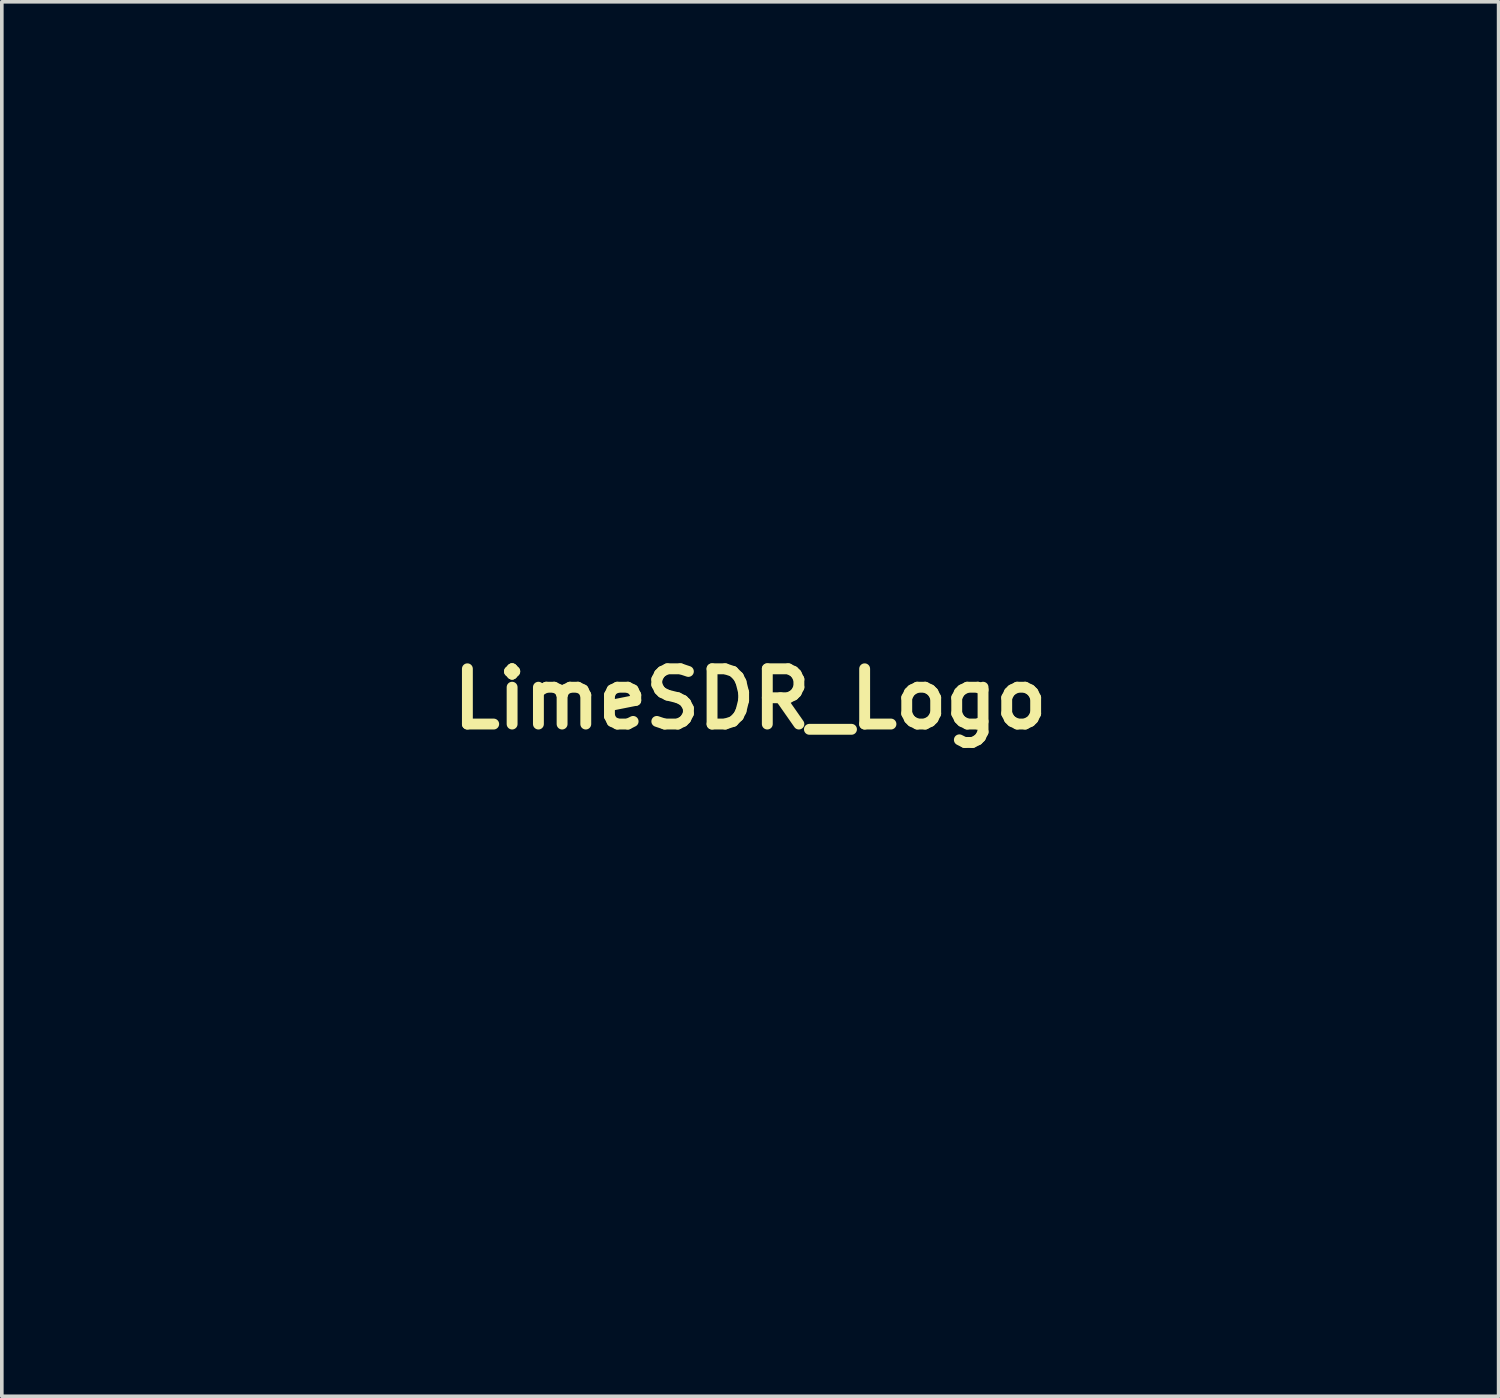
<source format=kicad_pcb>
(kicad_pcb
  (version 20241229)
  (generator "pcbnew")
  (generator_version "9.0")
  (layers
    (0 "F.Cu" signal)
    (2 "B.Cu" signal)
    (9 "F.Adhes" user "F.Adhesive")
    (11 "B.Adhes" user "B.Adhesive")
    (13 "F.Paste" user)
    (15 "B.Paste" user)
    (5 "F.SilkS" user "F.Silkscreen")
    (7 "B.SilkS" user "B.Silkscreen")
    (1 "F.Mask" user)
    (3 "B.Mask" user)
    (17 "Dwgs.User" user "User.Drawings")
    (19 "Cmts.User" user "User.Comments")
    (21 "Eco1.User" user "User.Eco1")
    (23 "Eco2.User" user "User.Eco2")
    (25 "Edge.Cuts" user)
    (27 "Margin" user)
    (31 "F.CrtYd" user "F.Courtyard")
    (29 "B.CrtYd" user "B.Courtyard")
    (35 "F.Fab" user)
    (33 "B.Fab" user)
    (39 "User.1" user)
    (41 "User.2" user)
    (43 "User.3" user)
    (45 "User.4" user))
  (footprint "LimeSDR_Logo"
    (layer "F.Cu")
    (at 17.644 16.233)
    (property "Reference" "LimeSDR_Logo" (at 0 0 0) (layer "F.SilkS") (effects (font (size 1.524 1.524) (thickness 0.3))))
    (attr through_hole)
    (fp_poly (pts (xy -0.557 12.817) (xy -0.036 13.18) (xy -0.137 13.528) (xy -0.783 13.74) (xy -1.134 13.758) (xy -1.874 13.726) (xy -2.012 13.556) (xy -1.69 13.181) (xy -1.019 12.808) (xy -0.557 12.817)) (stroke (width 0.01) (type solid)) (fill yes) (layer "F.Mask"))
    (fp_poly (pts (xy 15.756 11.83) (xy 16.102 12.175) (xy 16.06 12.902) (xy 15.536 13.513) (xy 14.773 13.758) (xy 14.283 13.57) (xy 14.115 12.899) (xy 14.111 12.7) (xy 14.205 11.944) (xy 14.609 11.668) (xy 15.004 11.642) (xy 15.756 11.83)) (stroke (width 0.01) (type solid)) (fill yes) (layer "F.Mask"))
    (fp_poly (pts (xy 9.545 11.76) (xy 10.292 12.432) (xy 10.568 13.321) (xy 10.409 14.214) (xy 9.852 14.901) (xy 8.953 15.169) (xy 8.452 15.105) (xy 8.203 14.791) (xy 8.12 14.046) (xy 8.114 13.426) (xy 8.173 12.206) (xy 8.402 11.594) (xy 8.881 11.499) (xy 9.545 11.76)) (stroke (width 0.01) (type solid)) (fill yes) (layer "F.Mask"))
    (fp_poly (pts (xy 17.639 16.228) (xy -17.639 16.228) (xy -17.639 12.848) (xy -17.286 12.848) (xy -17.242 14.324) (xy -17.062 15.23) (xy -16.676 15.7) (xy -16.011 15.865) (xy -15.661 15.875) (xy -14.86 15.796) (xy -14.471 15.604) (xy -14.464 15.571) (xy -14.762 15.376) (xy -15.346 15.363) (xy -15.822 15.379) (xy -16.086 15.192) (xy -16.2 14.649) (xy -16.225 13.7) (xy -13.053 13.7) (xy -13.008 14.745) (xy -12.893 15.472) (xy -12.818 15.64) (xy -12.384 15.87) (xy -12.118 15.49) (xy -12.003 14.466) (xy -11.994 13.935) (xy -10.583 13.935) (xy -10.536 15.105) (xy -10.369 15.707) (xy -10.054 15.875) (xy -9.664 15.61) (xy -9.526 14.761) (xy -9.525 14.629) (xy -9.362 13.599) (xy -8.972 13.171) (xy -8.263 13.2) (xy -7.768 13.802) (xy -7.6 14.699) (xy -7.451 15.545) (xy -7.141 15.775) (xy -6.818 15.41) (xy -6.637 14.574) (xy -6.484 13.665) (xy -6.156 13.281) (xy -5.821 13.229) (xy -5.287 13.422) (xy -4.996 14.106) (xy -4.939 14.436) (xy -4.671 15.438) (xy -4.33 15.804) (xy -4.029 15.53) (xy -3.882 14.613) (xy -3.881 14.468) (xy -3.988 13.751) (xy -3.055 13.751) (xy -3.036 14.232) (xy -2.869 14.962) (xy -2.827 15.278) (xy -2.601 15.406) (xy -2.469 15.346) (xy -2.144 15.365) (xy -2.117 15.487) (xy -1.806 15.7) (xy -1.037 15.779) (xy -0.794 15.772) (xy 0.007 15.647) (xy 0.361 15.428) (xy 0.353 15.359) (xy -0.088 15.143) (xy -0.794 15.121) (xy -1.544 15.067) (xy -1.724 14.74) (xy 1.792 14.74) (xy 1.862 15.269) (xy 1.877 15.309) (xy 2.328 15.628) (xy 3.202 15.797) (xy 4.231 15.806) (xy 5.145 15.645) (xy 5.556 15.441) (xy 5.948 14.757) (xy 5.822 13.977) (xy 5.281 13.347) (xy 4.586 13.11) (xy 3.791 12.858) (xy 3.254 12.358) (xy 3.175 12.087) (xy 3.337 11.741) (xy 3.93 11.686) (xy 4.41 11.75) (xy 5.295 11.808) (xy 5.633 11.58) (xy 5.644 11.484) (xy 5.355 11.023) (xy 5.058 10.936) (xy 7.056 10.936) (xy 7.056 13.17) (xy 7.084 14.36) (xy 7.158 15.242) (xy 7.249 15.598) (xy 7.831 15.795) (xy 8.8 15.819) (xy 9.865 15.695) (xy 10.734 15.446) (xy 11.011 15.278) (xy 11.417 14.735) (xy 11.436 14.417) (xy 11.507 14.129) (xy 11.621 14.111) (xy 11.924 13.816) (xy 11.994 13.406) (xy 11.822 12.833) (xy 11.583 12.7) (xy 11.348 12.556) (xy 11.407 12.464) (xy 11.382 12.061) (xy 11.059 11.582) (xy 10.309 11.118) (xy 9.082 10.941) (xy 8.765 10.936) (xy 12.7 10.936) (xy 12.7 13.406) (xy 12.728 14.732) (xy 12.832 15.492) (xy 13.045 15.824) (xy 13.262 15.875) (xy 13.797 15.579) (xy 14.009 15.169) (xy 14.358 14.596) (xy 14.669 14.464) (xy 15.197 14.743) (xy 15.522 15.169) (xy 16.113 15.735) (xy 16.613 15.875) (xy 17.093 15.817) (xy 17.059 15.517) (xy 16.799 15.122) (xy 16.462 14.501) (xy 16.6 14.058) (xy 16.779 13.862) (xy 17.214 13.021) (xy 17.216 12.038) (xy 16.863 11.359) (xy 16.288 11.119) (xy 15.28 10.965) (xy 14.57 10.936) (xy 12.7 10.936) (xy 8.765 10.936) (xy 7.056 10.936) (xy 5.058 10.936) (xy 4.634 10.812) (xy 3.702 10.832) (xy 2.782 11.065) (xy 2.095 11.494) (xy 1.904 11.785) (xy 1.998 12.383) (xy 2.499 13.067) (xy 3.188 13.601) (xy 3.715 13.758) (xy 4.248 14.017) (xy 4.55 14.569) (xy 4.44 15.08) (xy 4.44 15.081) (xy 3.985 15.127) (xy 3.188 14.928) (xy 3.097 14.895) (xy 2.179 14.624) (xy 1.792 14.74) (xy -1.724 14.74) (xy -1.764 14.667) (xy -1.56 14.287) (xy -0.858 14.126) (xy -0.353 14.111) (xy 0.531 14.05) (xy 1.022 13.898) (xy 1.058 13.837) (xy 0.82 13.229) (xy 2.117 13.229) (xy 2.293 13.406) (xy 2.469 13.229) (xy 2.293 13.053) (xy 2.117 13.229) (xy 0.82 13.229) (xy 0.769 13.1) (xy 0.086 12.405) (xy -0.713 12.014) (xy -0.902 11.994) (xy -1.871 12.258) (xy -2.654 12.913) (xy -3.055 13.751) (xy -3.988 13.751) (xy -4.066 13.23) (xy -4.551 12.367) (xy -5.225 11.979) (xy -5.978 12.161) (xy -6.238 12.376) (xy -6.767 12.554) (xy -7.367 12.291) (xy -8.093 12.005) (xy -8.787 12.246) (xy -8.819 12.265) (xy -9.37 12.488) (xy -9.525 12.35) (xy -9.811 12.035) (xy -10.054 11.994) (xy -10.373 12.169) (xy -10.538 12.78) (xy -10.583 13.935) (xy -11.994 13.935) (xy -12.042 12.765) (xy -12.209 12.162) (xy -12.524 11.994) (xy -12.861 12.189) (xy -13.023 12.859) (xy -13.053 13.7) (xy -16.225 13.7) (xy -16.227 13.595) (xy -16.228 13.198) (xy -16.264 11.922) (xy -16.393 11.216) (xy -16.646 10.95) (xy -16.757 10.936) (xy -17.078 11.112) (xy -17.242 11.73) (xy -17.286 12.848) (xy -17.639 12.848) (xy -17.639 10.76) (xy -13.053 10.76) (xy -12.77 11.227) (xy -12.524 11.289) (xy -12.056 11.007) (xy -11.994 10.76) (xy -12.277 10.292) (xy -12.524 10.231) (xy -12.991 10.513) (xy -13.053 10.76) (xy -17.639 10.76) (xy -17.639 8.29) (xy -12.347 8.29) (xy -12.171 8.467) (xy -11.994 8.29) (xy -12.171 8.114) (xy -12.347 8.29) (xy -17.639 8.29) (xy -17.639 6.562) (xy -12.661 6.562) (xy -12.637 7.332) (xy -12.3 7.742) (xy -12.171 7.761) (xy -11.702 7.56) (xy -11.642 7.388) (xy -11.426 7.177) (xy -11.289 7.232) (xy -10.962 7.238) (xy -10.936 7.135) (xy -10.616 6.991) (xy -9.781 6.926) (xy -8.731 6.948) (xy -7.09 7.051) (xy -6.018 7.143) (xy -5.383 7.243) (xy -5.05 7.371) (xy -4.919 7.495) (xy -4.455 7.717) (xy -3.773 7.836) (xy -3.077 7.97) (xy -2.822 8.153) (xy -2.523 8.403) (xy -1.908 8.62) (xy -1.273 8.934) (xy -1.164 9.291) (xy -1.082 9.534) (xy -0.522 9.633) (xy 0.618 9.605) (xy 0.832 9.591) (xy 1.986 9.501) (xy 2.815 9.408) (xy 3.113 9.343) (xy 3.013 9.009) (xy 2.638 8.255) (xy 2.231 7.529) (xy 1.504 6.445) (xy 0.862 5.904) (xy 0.353 5.778) (xy -0.401 5.668) (xy -1.6 5.414) (xy -3.013 5.066) (xy -3.32 4.985) (xy -5.727 4.473) (xy -7.922 4.27) (xy -9.8 4.366) (xy -11.262 4.755) (xy -12.203 5.428) (xy -12.355 5.658) (xy -12.661 6.562) (xy -17.639 6.562) (xy -17.639 4.41) (xy -14.464 4.41) (xy -14.287 4.586) (xy -14.111 4.41) (xy -14.287 4.233) (xy -14.464 4.41) (xy -17.639 4.41) (xy -17.639 3.028) (xy -14.789 3.028) (xy -14.703 3.404) (xy -14.576 3.241) (xy -14.534 2.69) (xy -14.604 2.565) (xy -14.764 2.67) (xy -14.789 3.028) (xy -17.639 3.028) (xy -17.639 0.684) (xy -14.817 0.684) (xy -14.817 2.167) (xy -13.67 0.957) (xy -12.521 0.017) (xy -11.177 -0.446) (xy -10.896 -0.493) (xy -9.005 -0.561) (xy -6.722 -0.306) (xy -4.263 0.238) (xy -2.2 0.898) (xy -0.979 1.345) (xy -0.008 1.689) (xy 0.515 1.858) (xy 0.529 1.861) (xy 1.029 2.125) (xy 1.058 2.157) (xy 1.502 2.476) (xy 2.311 2.919) (xy 3.229 3.36) (xy 4.001 3.676) (xy 4.346 3.755) (xy 4.732 3.979) (xy 4.985 4.329) (xy 5.369 4.779) (xy 5.578 4.82) (xy 5.917 4.993) (xy 6.614 5.571) (xy 7.54 6.443) (xy 7.938 6.841) (xy 10.054 8.996) (xy 10.887 7.938) (xy 11.573 6.922) (xy 12.251 5.698) (xy 12.408 5.368) (xy 13.096 3.857) (xy 12.34 2.634) (xy 11.749 1.861) (xy 11.205 1.438) (xy 11.084 1.411) (xy 10.633 1.237) (xy 10.583 1.105) (xy 10.3 0.694) (xy 9.606 0.152) (xy 8.733 -0.379) (xy 7.913 -0.762) (xy 7.378 -0.857) (xy 7.341 -0.841) (xy 7.109 -0.812) (xy 7.138 -0.882) (xy 13.406 -0.882) (xy 13.582 -0.706) (xy 13.758 -0.882) (xy 13.582 -1.058) (xy 13.406 -0.882) (xy 7.138 -0.882) (xy 7.17 -0.958) (xy 6.977 -1.24) (xy 6.295 -1.671) (xy 5.3 -2.174) (xy 4.169 -2.67) (xy 3.082 -3.082) (xy 2.214 -3.331) (xy 1.747 -3.341) (xy 1.433 -3.355) (xy 1.411 -3.456) (xy 1.083 -3.747) (xy 0.195 -4.045) (xy -1.107 -4.326) (xy -2.679 -4.568) (xy -4.374 -4.746) (xy -6.048 -4.839) (xy -7.232 -4.837) (xy -9.914 -4.538) (xy -12.018 -3.849) (xy -13.538 -2.773) (xy -14.472 -1.313) (xy -14.815 0.528) (xy -14.817 0.684) (xy -17.639 0.684) (xy -17.639 -9.172) (xy -13.414 -9.172) (xy -12.028 -9.172) (xy -10.719 -9.255) (xy -9.908 -9.483) (xy -9.685 -9.827) (xy -9.724 -9.915) (xy -9.555 -10.117) (xy -8.83 -10.225) (xy -7.691 -10.244) (xy -6.28 -10.181) (xy -4.74 -10.044) (xy -3.211 -9.84) (xy -1.838 -9.576) (xy -1.566 -9.51) (xy 0.47 -8.864) (xy 2.802 -7.93) (xy 5.231 -6.805) (xy 7.556 -5.587) (xy 9.577 -4.375) (xy 10.936 -3.397) (xy 11.937 -2.61) (xy 12.739 -2.035) (xy 13.176 -1.79) (xy 13.187 -1.788) (xy 13.337 -2.077) (xy 13.321 -2.823) (xy 13.287 -3.061) (xy 12.989 -3.873) (xy 12.401 -4.843) (xy 11.656 -5.815) (xy 10.884 -6.632) (xy 10.219 -7.137) (xy 9.819 -7.196) (xy 9.538 -7.263) (xy 9.525 -7.353) (xy 9.244 -7.724) (xy 8.554 -8.247) (xy 7.689 -8.777) (xy 6.88 -9.167) (xy 6.438 -9.282) (xy 6.027 -9.454) (xy 5.997 -9.548) (xy 5.686 -9.807) (xy 5.155 -10.054) (xy 10.583 -10.054) (xy 10.76 -9.878) (xy 10.936 -10.054) (xy 10.76 -10.231) (xy 10.583 -10.054) (xy 5.155 -10.054) (xy 4.867 -10.188) (xy 3.718 -10.63) (xy 2.412 -11.071) (xy 1.124 -11.451) (xy 0.031 -11.711) (xy -0.452 -11.782) (xy -1.374 -11.912) (xy -1.957 -12.086) (xy -2.01 -12.123) (xy -2.501 -12.26) (xy -3.498 -12.331) (xy -4.807 -12.34) (xy -6.232 -12.29) (xy -7.578 -12.187) (xy -8.651 -12.035) (xy -8.932 -11.969) (xy -9.986 -11.772) (xy -10.649 -11.92) (xy -10.792 -12.021) (xy -11.105 -12.272) (xy -11.343 -12.298) (xy -11.635 -11.997) (xy -12.113 -11.263) (xy -12.481 -10.672) (xy -13.414 -9.172) (xy -17.639 -9.172) (xy -17.639 -12.877) (xy 8.173 -12.877) (xy 8.242 -12.527) (xy 8.656 -11.989) (xy 9.198 -11.497) (xy 9.641 -11.289) (xy 9.673 -11.506) (xy 9.291 -12.04) (xy 9.174 -12.169) (xy 8.578 -12.712) (xy 8.199 -12.891) (xy 8.173 -12.877) (xy -17.639 -12.877) (xy -17.639 -15.346) (xy -4.233 -15.346) (xy -4.057 -15.169) (xy -3.881 -15.346) (xy -4.057 -15.522) (xy -4.233 -15.346) (xy -17.639 -15.346) (xy -17.639 -15.684) (xy -2.372 -15.684) (xy -1.929 -15.629) (xy -1.411 -15.618) (xy -0.648 -15.646) (xy -0.446 -15.714) (xy 0.797 -15.714) (xy 0.849 -15.576) (xy 1.378 -15.233) (xy 1.781 -15.169) (xy 2.491 -15.048) (xy 3.557 -14.736) (xy 4.23 -14.498) (xy 5.206 -14.153) (xy 5.848 -13.976) (xy 5.997 -13.982) (xy 6.217 -13.887) (xy 6.748 -13.439) (xy 6.765 -13.423) (xy 7.366 -12.977) (xy 7.734 -12.908) (xy 7.735 -12.909) (xy 7.647 -13.242) (xy 7.231 -13.651) (xy 6.338 -14.212) (xy 5.206 -14.754) (xy 3.972 -15.235) (xy 2.775 -15.613) (xy 1.754 -15.847) (xy 1.049 -15.894) (xy 0.797 -15.714) (xy -0.446 -15.714) (xy -0.439 -15.716) (xy -0.617 -15.771) (xy -1.645 -15.83) (xy -2.205 -15.771) (xy -2.372 -15.684) (xy -17.639 -15.684) (xy -17.639 -16.228) (xy 17.639 -16.228) (xy 17.639 16.228)) (stroke (width 0.01) (type solid)) (fill yes) (layer "F.Mask")))
  (gr_rect
    (start -3 -3)
    (end 38.288 35.466)
    (stroke (width 0.1) (type default))
    (fill no)
    (layer "Edge.Cuts")))
</source>
